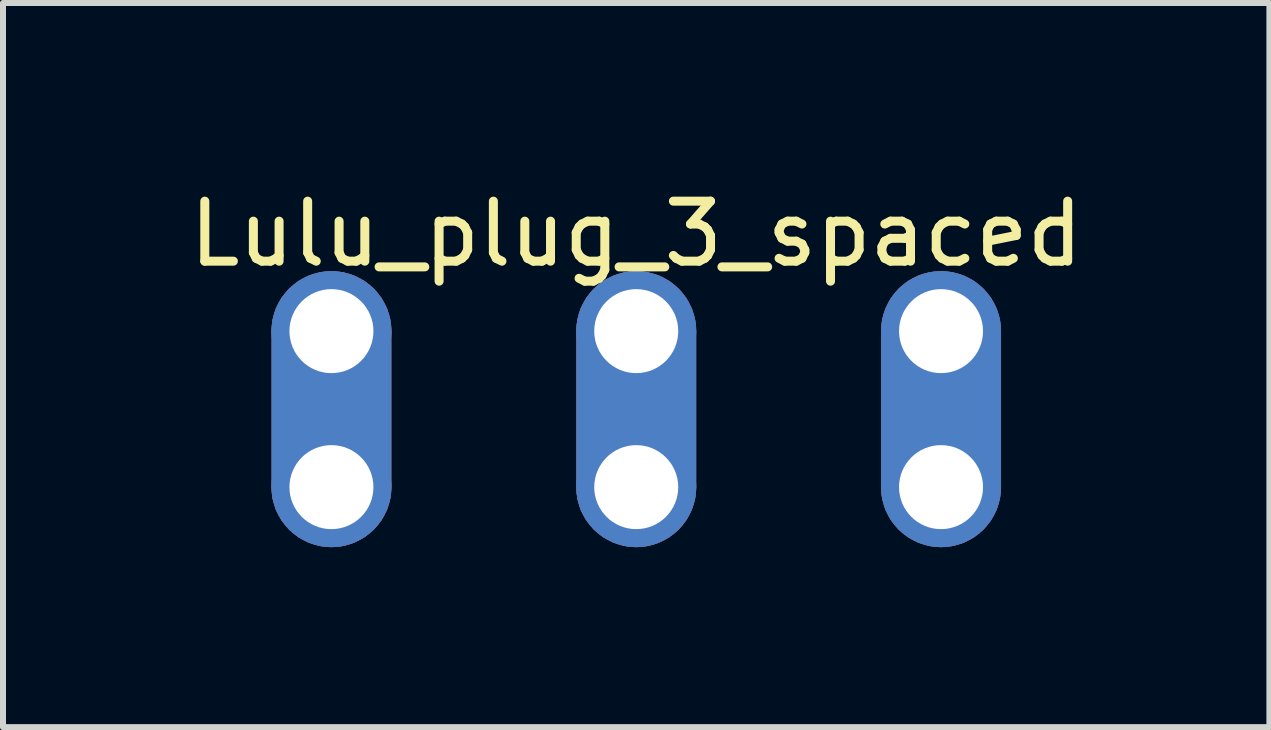
<source format=kicad_pcb>
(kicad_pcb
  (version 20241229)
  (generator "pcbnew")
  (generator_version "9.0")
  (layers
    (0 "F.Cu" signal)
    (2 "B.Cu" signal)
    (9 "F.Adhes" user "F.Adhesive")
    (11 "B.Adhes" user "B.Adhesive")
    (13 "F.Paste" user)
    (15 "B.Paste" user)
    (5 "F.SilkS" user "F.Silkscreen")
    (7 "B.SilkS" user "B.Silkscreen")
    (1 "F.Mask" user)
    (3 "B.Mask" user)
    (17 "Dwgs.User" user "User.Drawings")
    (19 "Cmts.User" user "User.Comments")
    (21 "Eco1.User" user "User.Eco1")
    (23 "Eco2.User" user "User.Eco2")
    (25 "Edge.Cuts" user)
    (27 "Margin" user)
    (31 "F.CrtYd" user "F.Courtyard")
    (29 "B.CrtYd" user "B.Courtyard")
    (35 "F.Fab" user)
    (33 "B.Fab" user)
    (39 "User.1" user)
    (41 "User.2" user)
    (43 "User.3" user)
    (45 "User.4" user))
  (footprint "Lulu_plug_3_spaced"
    (layer "F.Cu")
    (at 7.554 3.769)
    (property "Reference" "Lulu_plug_3_spaced" (at 0 -2.921 0) (layer "F.SilkS") (effects (font (size 1 1) (thickness 0.15))))
    (attr through_hole)
    (pad "1" thru_hole circle (at -5.08 -1.3) (size 2 2) (drill 1.4) (layers "*.Cu" "*.Mask"))
    (pad "1" smd roundrect (at -5.08 0) (size 2 4.6) (layers "F.Cu" "F.Mask") (roundrect_rratio 0.5))
    (pad "1" smd roundrect (at -5.08 0) (size 2 4.6) (layers "B.Cu" "B.Mask") (roundrect_rratio 0.5))
    (pad "1" thru_hole circle (at -5.08 1.3) (size 2 2) (drill 1.4) (layers "*.Cu" "*.Mask"))
    (pad "2" thru_hole circle (at 0 -1.3) (size 2 2) (drill 1.4) (layers "*.Cu" "*.Mask"))
    (pad "2" smd roundrect (at 0 0) (size 2 4.6) (layers "F.Cu" "F.Mask") (roundrect_rratio 0.5))
    (pad "2" smd roundrect (at 0 0) (size 2 4.6) (layers "B.Cu" "B.Mask") (roundrect_rratio 0.5))
    (pad "2" thru_hole circle (at 0 1.3) (size 2 2) (drill 1.4) (layers "*.Cu" "*.Mask"))
    (pad "3" thru_hole circle (at 5.08 -1.3) (size 2 2) (drill 1.4) (layers "*.Cu" "*.Mask"))
    (pad "3" smd roundrect (at 5.08 0) (size 2 4.6) (layers "F.Cu" "F.Mask") (roundrect_rratio 0.5))
    (pad "3" smd roundrect (at 5.08 0) (size 2 4.6) (layers "B.Cu" "B.Mask") (roundrect_rratio 0.5))
    (pad "3" thru_hole circle (at 5.08 1.3) (size 2 2) (drill 1.4) (layers "*.Cu" "*.Mask")))
  (gr_rect
    (start -3 -3)
    (end 18.107 9.069)
    (stroke (width 0.1) (type default))
    (fill no)
    (layer "Edge.Cuts")))
</source>
